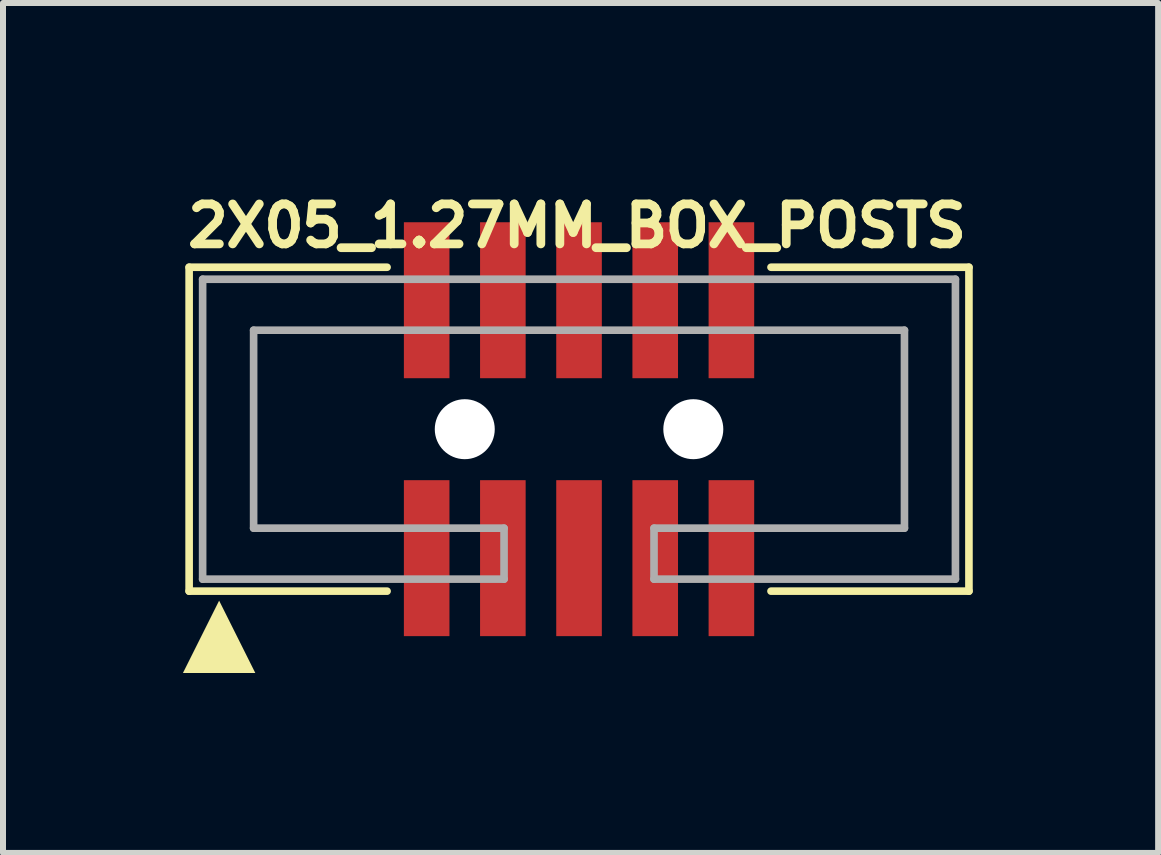
<source format=kicad_pcb>
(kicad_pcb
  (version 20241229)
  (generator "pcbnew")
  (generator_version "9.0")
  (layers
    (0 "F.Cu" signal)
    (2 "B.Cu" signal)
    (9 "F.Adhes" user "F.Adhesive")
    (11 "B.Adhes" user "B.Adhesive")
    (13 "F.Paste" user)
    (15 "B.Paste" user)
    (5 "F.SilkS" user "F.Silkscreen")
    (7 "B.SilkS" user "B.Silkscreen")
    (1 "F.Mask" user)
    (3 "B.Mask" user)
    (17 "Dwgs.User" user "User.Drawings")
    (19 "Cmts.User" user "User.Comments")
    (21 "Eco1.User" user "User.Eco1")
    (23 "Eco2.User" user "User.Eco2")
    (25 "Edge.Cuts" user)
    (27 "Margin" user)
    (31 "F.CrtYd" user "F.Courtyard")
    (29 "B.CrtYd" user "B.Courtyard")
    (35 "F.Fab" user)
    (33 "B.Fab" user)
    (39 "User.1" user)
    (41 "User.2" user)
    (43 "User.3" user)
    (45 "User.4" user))
  (footprint "2X05_1.27MM_BOX_POSTS"
    (layer "F.Cu")
    (at 6.603 4.105)
    (property "Reference" "2X05_1.27MM_BOX_POSTS" (at -6.6 -3 0) (layer "F.SilkS") (effects (font (size 0.666 0.666) (thickness 0.146)) (justify left bottom)))
    (fp_line (start -6.5 -2.7) (end -6.5 2.7) (stroke (width 0.127) (type solid)) (layer "F.SilkS"))
    (fp_line (start -6.5 2.7) (end -3.2 2.7) (stroke (width 0.127) (type solid)) (layer "F.SilkS"))
    (fp_line (start -3.2 -2.7) (end -6.5 -2.7) (stroke (width 0.127) (type solid)) (layer "F.SilkS"))
    (fp_line (start 3.2 -2.7) (end 6.5 -2.7) (stroke (width 0.127) (type solid)) (layer "F.SilkS"))
    (fp_line (start 6.5 -2.7) (end 6.5 2.7) (stroke (width 0.127) (type solid)) (layer "F.SilkS"))
    (fp_line (start 6.5 2.7) (end 3.2 2.7) (stroke (width 0.127) (type solid)) (layer "F.SilkS"))
    (fp_poly (pts (xy -5.397 4.064) (xy -6.603 4.064) (xy -6 2.858)) (stroke (width 0) (type solid)) (fill yes) (layer "F.SilkS"))
    (fp_line (start -6.275 -2.5) (end 6.275 -2.5) (stroke (width 0.127) (type solid)) (layer "F.Fab"))
    (fp_line (start -6.275 2.5) (end -6.275 -2.5) (stroke (width 0.127) (type solid)) (layer "F.Fab"))
    (fp_line (start -5.425 -1.65) (end 5.425 -1.65) (stroke (width 0.127) (type solid)) (layer "F.Fab"))
    (fp_line (start -5.425 1.65) (end -5.425 -1.65) (stroke (width 0.127) (type solid)) (layer "F.Fab"))
    (fp_line (start -1.25 1.65) (end -5.425 1.65) (stroke (width 0.127) (type solid)) (layer "F.Fab"))
    (fp_line (start -1.25 1.65) (end -1.25 2.5) (stroke (width 0.127) (type solid)) (layer "F.Fab"))
    (fp_line (start -1.25 2.5) (end -6.275 2.5) (stroke (width 0.127) (type solid)) (layer "F.Fab"))
    (fp_line (start 1.25 1.65) (end 1.25 2.5) (stroke (width 0.127) (type solid)) (layer "F.Fab"))
    (fp_line (start 5.425 -1.65) (end 5.425 1.65) (stroke (width 0.127) (type solid)) (layer "F.Fab"))
    (fp_line (start 5.425 1.65) (end 1.25 1.65) (stroke (width 0.127) (type solid)) (layer "F.Fab"))
    (fp_line (start 6.275 -2.5) (end 6.275 2.5) (stroke (width 0.127) (type solid)) (layer "F.Fab"))
    (fp_line (start 6.275 2.5) (end 1.25 2.5) (stroke (width 0.127) (type solid)) (layer "F.Fab"))
    (pad "" np_thru_hole circle (at -1.905 0) (size 1 1) (drill 1) (layers "*.Cu" "*.Mask"))
    (pad "" np_thru_hole circle (at 1.905 0) (size 1 1) (drill 1) (layers "*.Cu" "*.Mask"))
    (pad "1" smd rect (at -2.54 2.15) (size 0.76 2.6) (layers "F.Cu" "F.Mask" "F.Paste"))
    (pad "2" smd rect (at -1.27 2.15) (size 0.76 2.6) (layers "F.Cu" "F.Mask" "F.Paste"))
    (pad "3" smd rect (at 0 2.15) (size 0.76 2.6) (layers "F.Cu" "F.Mask" "F.Paste"))
    (pad "4" smd rect (at 1.27 2.15) (size 0.76 2.6) (layers "F.Cu" "F.Mask" "F.Paste"))
    (pad "5" smd rect (at 2.54 2.15) (size 0.76 2.6) (layers "F.Cu" "F.Mask" "F.Paste"))
    (pad "6" smd rect (at -2.54 -2.15) (size 0.76 2.6) (layers "F.Cu" "F.Mask" "F.Paste"))
    (pad "7" smd rect (at -1.27 -2.15) (size 0.76 2.6) (layers "F.Cu" "F.Mask" "F.Paste"))
    (pad "8" smd rect (at 0 -2.15) (size 0.76 2.6) (layers "F.Cu" "F.Mask" "F.Paste"))
    (pad "9" smd rect (at 1.27 -2.15) (size 0.76 2.6) (layers "F.Cu" "F.Mask" "F.Paste"))
    (pad "10" smd rect (at 2.54 -2.15) (size 0.76 2.6) (layers "F.Cu" "F.Mask" "F.Paste")))
  (gr_rect
    (start -3 -3)
    (end 16.257 11.169)
    (stroke (width 0.1) (type default))
    (fill no)
    (layer "Edge.Cuts")))
</source>
